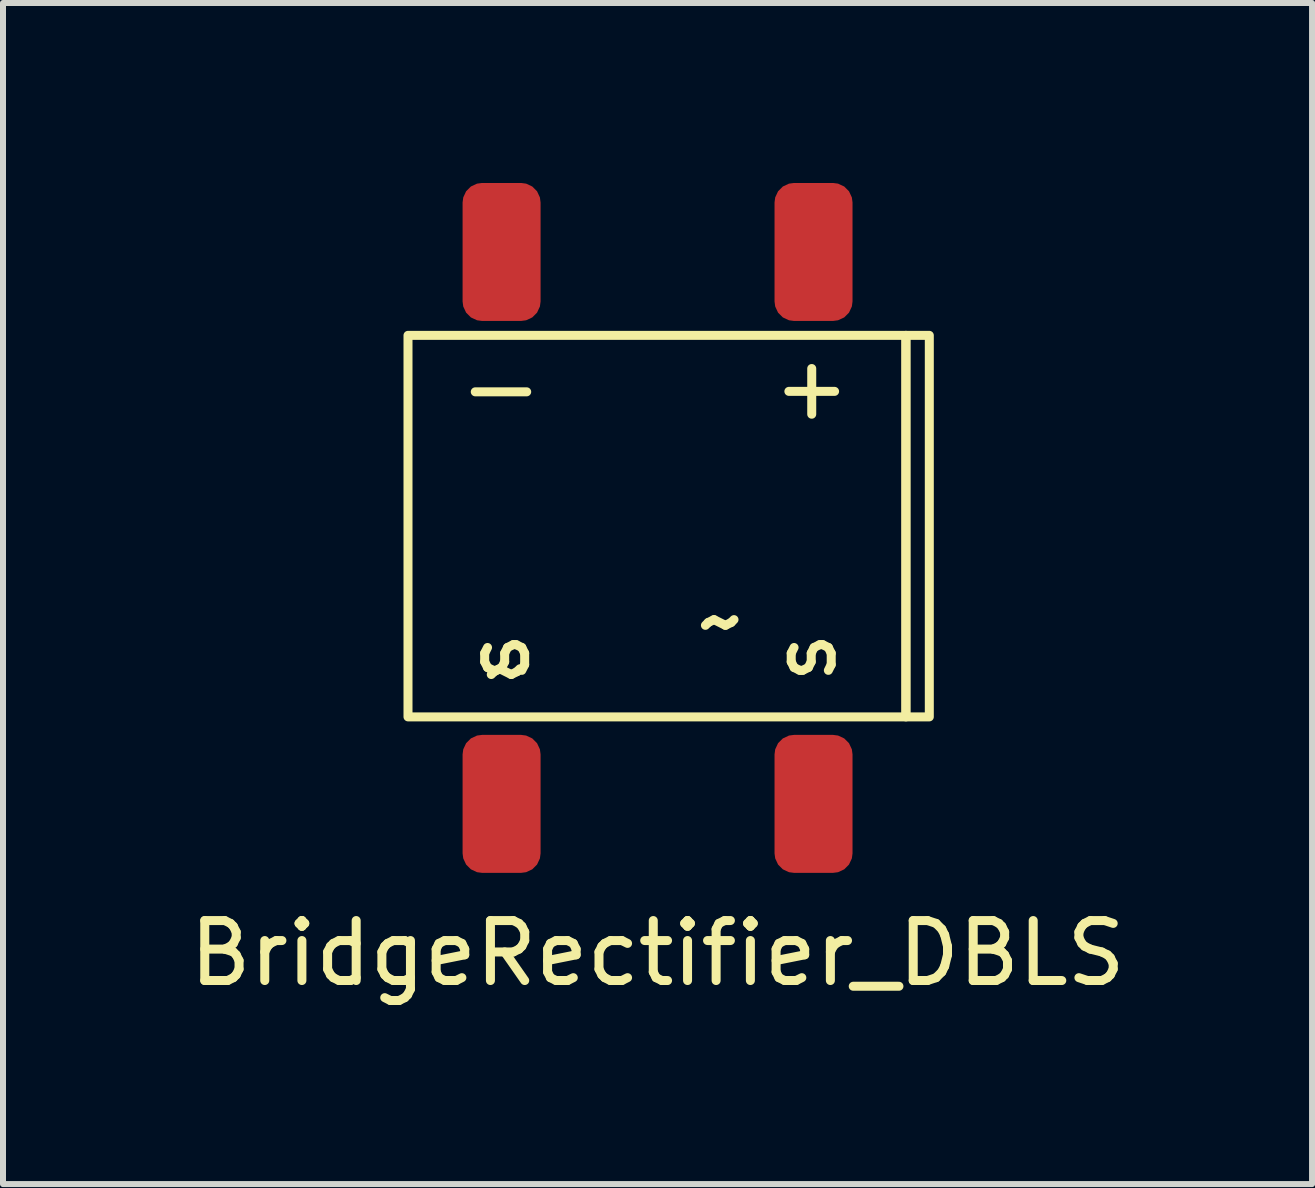
<source format=kicad_pcb>
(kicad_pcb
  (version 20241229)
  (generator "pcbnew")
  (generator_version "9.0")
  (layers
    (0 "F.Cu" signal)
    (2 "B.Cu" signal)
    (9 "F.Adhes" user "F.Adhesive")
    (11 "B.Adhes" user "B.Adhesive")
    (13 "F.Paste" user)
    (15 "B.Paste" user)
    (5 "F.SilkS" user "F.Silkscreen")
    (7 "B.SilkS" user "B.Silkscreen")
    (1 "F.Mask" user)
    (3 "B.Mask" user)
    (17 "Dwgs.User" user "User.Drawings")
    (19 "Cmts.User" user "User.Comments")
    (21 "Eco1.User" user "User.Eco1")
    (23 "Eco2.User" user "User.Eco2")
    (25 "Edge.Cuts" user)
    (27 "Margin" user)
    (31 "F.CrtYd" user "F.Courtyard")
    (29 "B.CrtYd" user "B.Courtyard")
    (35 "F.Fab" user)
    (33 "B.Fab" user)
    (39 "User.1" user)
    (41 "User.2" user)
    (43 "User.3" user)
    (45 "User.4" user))
  (footprint "BridgeRectifier_DBLS"
    (layer "F.Cu")
    (at 7.911 5.75)
    (property "Reference" "BridgeRectifier_DBLS" (at 0 7.09 0) (unlocked yes) (layer "F.SilkS") (effects (font (size 1 1) (thickness 0.15))))
    (attr smd)
    (fp_rect (start -4.16 -3.21) (end 4.14 3.15) (stroke (width 0.15) (type default)) (fill no) (layer "F.SilkS"))
    (fp_rect (start 4.14 -3.21) (end 4.53 3.15) (stroke (width 0.15) (type default)) (fill no) (layer "F.SilkS"))
    (fp_text user "s" (at 2.44 2.16 90) (unlocked yes) (layer "F.SilkS") (effects (font (size 1 1) (thickness 0.15))))
    (fp_text user "~" (at -2.51 2.37 0) (unlocked yes) (layer "F.SilkS") (effects (font (size 1 1) (thickness 0.15))))
    (fp_text user "—" (at -2.61 -2.39 0) (unlocked yes) (layer "F.SilkS") (effects (font (size 1 1) (thickness 0.15))))
    (fp_text user "+" (at 2.57 -2.35 0) (unlocked yes) (layer "F.SilkS") (effects (font (size 1 1) (thickness 0.15))))
    (fp_text user "s" (at -2.67 2.16 90) (unlocked yes) (layer "F.SilkS") (effects (font (size 1 1) (thickness 0.15))))
    (fp_text user "~" (at 1.06 1.55 0) (unlocked yes) (layer "F.SilkS") (effects (font (size 1 1) (thickness 0.15))))
    (pad "1" smd roundrect (at 2.6 -4.6) (size 1.3 2.3) (layers "F.Cu" "F.Mask" "F.Paste") (roundrect_rratio 0.25))
    (pad "2" smd roundrect (at -2.6 -4.6) (size 1.3 2.3) (layers "F.Cu" "F.Mask" "F.Paste") (roundrect_rratio 0.25))
    (pad "3" smd roundrect (at 2.6 4.6) (size 1.3 2.3) (layers "F.Cu" "F.Mask" "F.Paste") (roundrect_rratio 0.25))
    (pad "4" smd roundrect (at -2.6 4.6) (size 1.3 2.3) (layers "F.Cu" "F.Mask" "F.Paste") (roundrect_rratio 0.25)))
  (gr_rect
    (start -3 -3)
    (end 18.821 16.688)
    (stroke (width 0.1) (type default))
    (fill no)
    (layer "Edge.Cuts")))
</source>
